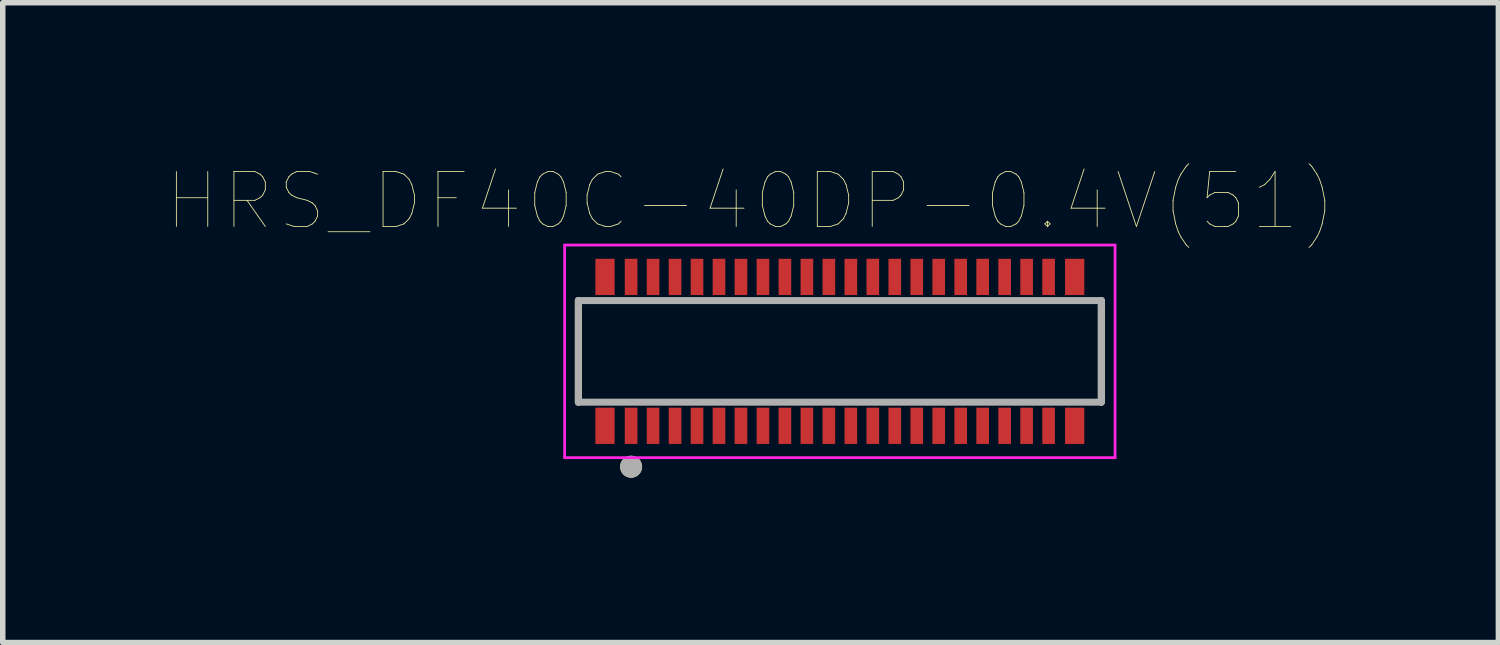
<source format=kicad_pcb>
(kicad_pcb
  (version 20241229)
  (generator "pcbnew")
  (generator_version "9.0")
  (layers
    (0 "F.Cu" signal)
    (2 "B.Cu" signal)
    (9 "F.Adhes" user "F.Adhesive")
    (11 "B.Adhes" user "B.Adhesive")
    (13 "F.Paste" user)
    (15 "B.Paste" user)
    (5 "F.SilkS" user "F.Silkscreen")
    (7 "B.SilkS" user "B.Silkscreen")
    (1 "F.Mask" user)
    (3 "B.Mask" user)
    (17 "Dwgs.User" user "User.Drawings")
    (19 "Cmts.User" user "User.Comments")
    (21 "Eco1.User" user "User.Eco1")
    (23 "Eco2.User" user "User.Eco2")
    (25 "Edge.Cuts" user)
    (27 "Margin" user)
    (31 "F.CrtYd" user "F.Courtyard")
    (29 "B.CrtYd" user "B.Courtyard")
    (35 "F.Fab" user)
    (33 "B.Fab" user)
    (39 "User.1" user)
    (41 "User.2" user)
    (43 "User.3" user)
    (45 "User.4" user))
  (footprint "HRS_DF40C-40DP-0.4V(51)"
    (layer "F.Cu")
    (at 12.238 3.346)
    (property "Reference" "HRS_DF40C-40DP-0.4V(51)" (at -1.625 -2.735 0) (layer "F.SilkS") (effects (font (size 1 1) (thickness 0.015))))
    (attr through_hole)
    (fp_line (start -4.76 0.925) (end -4.76 -0.925) (stroke (width 0.127) (type solid)) (layer "F.SilkS"))
    (fp_line (start 4.76 -0.925) (end 4.76 0.925) (stroke (width 0.127) (type solid)) (layer "F.SilkS"))
    (fp_circle (center -3.8 2.1) (end -3.7 2.1) (stroke (width 0.2) (type solid)) (fill no) (layer "F.SilkS"))
    (fp_line (start -5.01 -1.935) (end 5.01 -1.935) (stroke (width 0.05) (type solid)) (layer "F.CrtYd"))
    (fp_line (start -5.01 1.935) (end -5.01 -1.935) (stroke (width 0.05) (type solid)) (layer "F.CrtYd"))
    (fp_line (start 5.01 -1.935) (end 5.01 1.935) (stroke (width 0.05) (type solid)) (layer "F.CrtYd"))
    (fp_line (start 5.01 1.935) (end -5.01 1.935) (stroke (width 0.05) (type solid)) (layer "F.CrtYd"))
    (fp_line (start -4.76 -0.925) (end 4.76 -0.925) (stroke (width 0.127) (type solid)) (layer "F.Fab"))
    (fp_line (start -4.76 0.925) (end -4.76 -0.925) (stroke (width 0.127) (type solid)) (layer "F.Fab"))
    (fp_line (start 4.76 -0.925) (end 4.76 0.925) (stroke (width 0.127) (type solid)) (layer "F.Fab"))
    (fp_line (start 4.76 0.925) (end -4.76 0.925) (stroke (width 0.127) (type solid)) (layer "F.Fab"))
    (fp_circle (center -3.8 2.1) (end -3.7 2.1) (stroke (width 0.2) (type solid)) (fill no) (layer "F.Fab"))
    (pad "1" smd rect (at -3.8 1.355) (size 0.23 0.66) (layers "F.Cu" "F.Mask" "F.Paste"))
    (pad "2" smd rect (at -3.8 -1.355) (size 0.23 0.66) (layers "F.Cu" "F.Mask" "F.Paste"))
    (pad "3" smd rect (at -3.4 1.355) (size 0.23 0.66) (layers "F.Cu" "F.Mask" "F.Paste"))
    (pad "4" smd rect (at -3.4 -1.355) (size 0.23 0.66) (layers "F.Cu" "F.Mask" "F.Paste"))
    (pad "5" smd rect (at -3 1.355) (size 0.23 0.66) (layers "F.Cu" "F.Mask" "F.Paste"))
    (pad "6" smd rect (at -3 -1.355) (size 0.23 0.66) (layers "F.Cu" "F.Mask" "F.Paste"))
    (pad "7" smd rect (at -2.6 1.355) (size 0.23 0.66) (layers "F.Cu" "F.Mask" "F.Paste"))
    (pad "8" smd rect (at -2.6 -1.355) (size 0.23 0.66) (layers "F.Cu" "F.Mask" "F.Paste"))
    (pad "9" smd rect (at -2.2 1.355) (size 0.23 0.66) (layers "F.Cu" "F.Mask" "F.Paste"))
    (pad "10" smd rect (at -2.2 -1.355) (size 0.23 0.66) (layers "F.Cu" "F.Mask" "F.Paste"))
    (pad "11" smd rect (at -1.8 1.355) (size 0.23 0.66) (layers "F.Cu" "F.Mask" "F.Paste"))
    (pad "12" smd rect (at -1.8 -1.355) (size 0.23 0.66) (layers "F.Cu" "F.Mask" "F.Paste"))
    (pad "13" smd rect (at -1.4 1.355) (size 0.23 0.66) (layers "F.Cu" "F.Mask" "F.Paste"))
    (pad "14" smd rect (at -1.4 -1.355) (size 0.23 0.66) (layers "F.Cu" "F.Mask" "F.Paste"))
    (pad "15" smd rect (at -1 1.355) (size 0.23 0.66) (layers "F.Cu" "F.Mask" "F.Paste"))
    (pad "16" smd rect (at -1 -1.355) (size 0.23 0.66) (layers "F.Cu" "F.Mask" "F.Paste"))
    (pad "17" smd rect (at -0.6 1.355) (size 0.23 0.66) (layers "F.Cu" "F.Mask" "F.Paste"))
    (pad "18" smd rect (at -0.6 -1.355) (size 0.23 0.66) (layers "F.Cu" "F.Mask" "F.Paste"))
    (pad "19" smd rect (at -0.2 1.355) (size 0.23 0.66) (layers "F.Cu" "F.Mask" "F.Paste"))
    (pad "20" smd rect (at -0.2 -1.355) (size 0.23 0.66) (layers "F.Cu" "F.Mask" "F.Paste"))
    (pad "21" smd rect (at 0.2 1.355) (size 0.23 0.66) (layers "F.Cu" "F.Mask" "F.Paste"))
    (pad "22" smd rect (at 0.2 -1.355) (size 0.23 0.66) (layers "F.Cu" "F.Mask" "F.Paste"))
    (pad "23" smd rect (at 0.6 1.355) (size 0.23 0.66) (layers "F.Cu" "F.Mask" "F.Paste"))
    (pad "24" smd rect (at 0.6 -1.355) (size 0.23 0.66) (layers "F.Cu" "F.Mask" "F.Paste"))
    (pad "25" smd rect (at 1 1.355) (size 0.23 0.66) (layers "F.Cu" "F.Mask" "F.Paste"))
    (pad "26" smd rect (at 1 -1.355) (size 0.23 0.66) (layers "F.Cu" "F.Mask" "F.Paste"))
    (pad "27" smd rect (at 1.4 1.355) (size 0.23 0.66) (layers "F.Cu" "F.Mask" "F.Paste"))
    (pad "28" smd rect (at 1.4 -1.355) (size 0.23 0.66) (layers "F.Cu" "F.Mask" "F.Paste"))
    (pad "29" smd rect (at 1.8 1.355) (size 0.23 0.66) (layers "F.Cu" "F.Mask" "F.Paste"))
    (pad "30" smd rect (at 1.8 -1.355) (size 0.23 0.66) (layers "F.Cu" "F.Mask" "F.Paste"))
    (pad "31" smd rect (at 2.2 1.355) (size 0.23 0.66) (layers "F.Cu" "F.Mask" "F.Paste"))
    (pad "32" smd rect (at 2.2 -1.355) (size 0.23 0.66) (layers "F.Cu" "F.Mask" "F.Paste"))
    (pad "33" smd rect (at 2.6 1.355) (size 0.23 0.66) (layers "F.Cu" "F.Mask" "F.Paste"))
    (pad "34" smd rect (at 2.6 -1.355) (size 0.23 0.66) (layers "F.Cu" "F.Mask" "F.Paste"))
    (pad "35" smd rect (at 3 1.355) (size 0.23 0.66) (layers "F.Cu" "F.Mask" "F.Paste"))
    (pad "36" smd rect (at 3 -1.355) (size 0.23 0.66) (layers "F.Cu" "F.Mask" "F.Paste"))
    (pad "37" smd rect (at 3.4 1.355) (size 0.23 0.66) (layers "F.Cu" "F.Mask" "F.Paste"))
    (pad "38" smd rect (at 3.4 -1.355) (size 0.23 0.66) (layers "F.Cu" "F.Mask" "F.Paste"))
    (pad "39" smd rect (at 3.8 1.355) (size 0.23 0.66) (layers "F.Cu" "F.Mask" "F.Paste"))
    (pad "40" smd rect (at 3.8 -1.355) (size 0.23 0.66) (layers "F.Cu" "F.Mask" "F.Paste"))
    (pad "S1" smd rect (at -4.275 1.355) (size 0.35 0.66) (layers "F.Cu" "F.Mask" "F.Paste"))
    (pad "S2" smd rect (at -4.275 -1.355) (size 0.35 0.66) (layers "F.Cu" "F.Mask" "F.Paste"))
    (pad "S3" smd rect (at 4.275 1.355) (size 0.35 0.66) (layers "F.Cu" "F.Mask" "F.Paste"))
    (pad "S4" smd rect (at 4.275 -1.355) (size 0.35 0.66) (layers "F.Cu" "F.Mask" "F.Paste")))
  (gr_rect
    (start -3 -3)
    (end 24.226 8.646)
    (stroke (width 0.1) (type default))
    (fill no)
    (layer "Edge.Cuts")))
</source>
